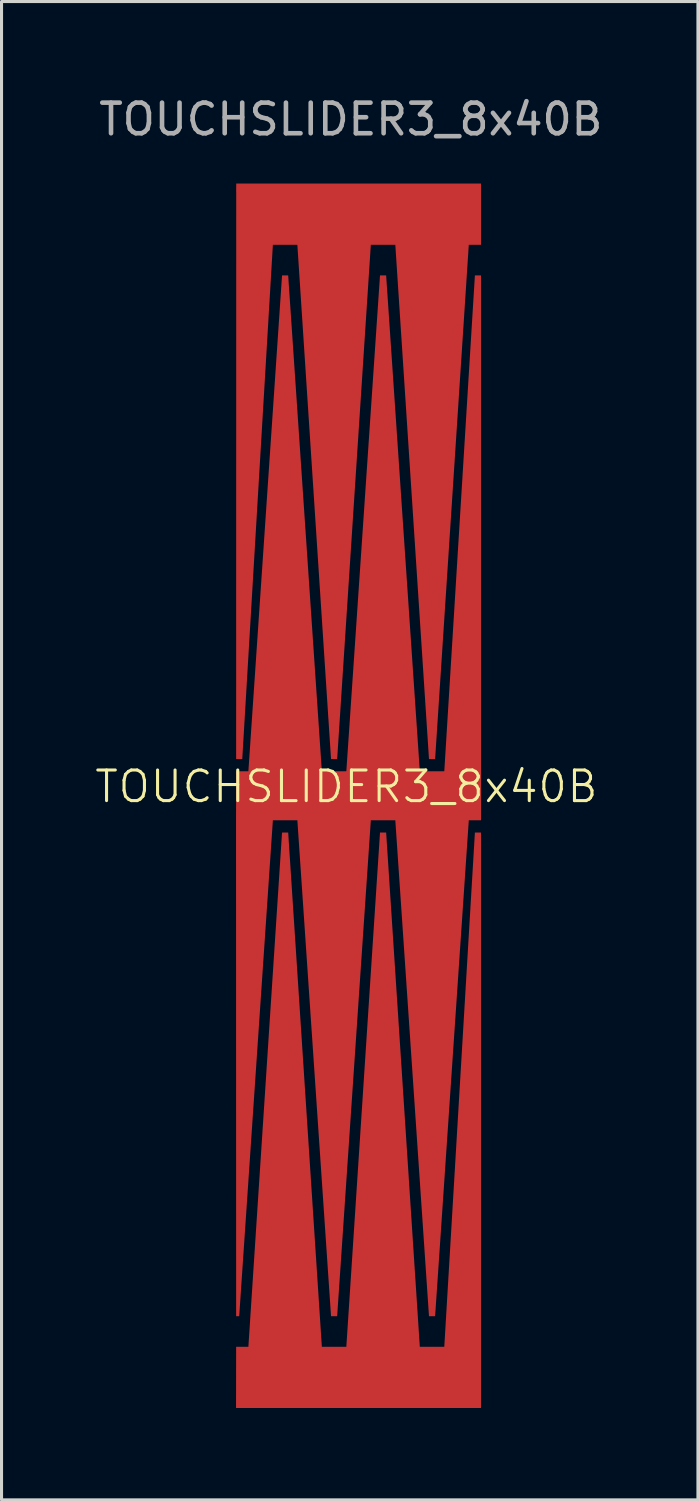
<source format=kicad_pcb>
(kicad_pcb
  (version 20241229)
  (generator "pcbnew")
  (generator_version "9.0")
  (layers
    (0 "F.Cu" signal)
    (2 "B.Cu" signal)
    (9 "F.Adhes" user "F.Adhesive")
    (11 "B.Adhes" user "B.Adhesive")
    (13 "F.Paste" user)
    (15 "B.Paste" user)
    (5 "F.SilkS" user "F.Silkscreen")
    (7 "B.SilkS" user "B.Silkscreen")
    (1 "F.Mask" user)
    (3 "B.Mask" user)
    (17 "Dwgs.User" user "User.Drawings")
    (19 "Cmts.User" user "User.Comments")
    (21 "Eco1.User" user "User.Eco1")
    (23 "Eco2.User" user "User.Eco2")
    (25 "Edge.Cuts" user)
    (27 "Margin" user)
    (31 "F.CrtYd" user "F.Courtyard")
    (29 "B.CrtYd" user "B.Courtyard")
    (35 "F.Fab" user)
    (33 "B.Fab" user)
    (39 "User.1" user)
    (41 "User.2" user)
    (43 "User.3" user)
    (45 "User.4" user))
  (footprint "TOUCHSLIDER3_8x40B"
    (layer "F.Cu")
    (at 8.664 22.946)
    (property "Reference" "TOUCHSLIDER3_8x40B" (at -0.4 -0.3 0) (unlocked yes) (layer "F.SilkS") (effects (font (size 1 1) (thickness 0.1))))
    (attr smd)
    (fp_text user "${REFERENCE}" (at -0.254 -22.098 0) (unlocked yes) (layer "F.Fab") (effects (font (size 1 1) (thickness 0.15))))
    (pad "A" smd custom (at -3.797 -19.8) (size 0.403 0.203) (layers "F.Cu") (options (anchor rect)) (primitives (gr_poly (pts (xy 7.797 1.8) (xy 7.397 1.8) (xy 6.297 18.6) (xy 6.097 18.6) (xy 4.997 1.8) (xy 4.197 1.8) (xy 3.097 18.6) (xy 2.897 18.6) (xy 1.797 1.8) (xy 0.997 1.8) (xy -0.003 18.6) (xy -0.203 18.6) (xy -0.2 -0.2) (xy 7.797 -0.2)) (width 0) (fill yes))))
    (pad "B" smd custom (at -3.8 0) (size 0.406 0.203) (layers "F.Cu") (options (anchor rect)) (primitives (gr_poly (pts (xy 7.8 -17) (xy 7.8 -0.6) (xy 7.8 0.8) (xy 7.4 0.8) (xy 6.3 17) (xy 6.1 17) (xy 5 0.8) (xy 4.2 0.8) (xy 3.1 17) (xy 2.9 17) (xy 1.8 0.8) (xy 1 0.8) (xy -0.1 17) (xy -0.2 17) (xy -0.203 0.8) (xy -0.2 -0.8) (xy 0.2 -0.8) (xy 1.3 -17) (xy 1.5 -17) (xy 2.6 -0.8) (xy 3.4 -0.8) (xy 4.5 -17) (xy 4.7 -17) (xy 5.8 -0.8) (xy 6.6 -0.8) (xy 7.6 -17)) (width 0) (fill yes))))
    (pad "C" smd custom (at -2.8 19.8 180) (size 0.406 0.203) (layers "F.Cu") (options (anchor rect)) (primitives (gr_poly (pts (xy -4.8 1.8) (xy -5.6 1.8) (xy -6.6 18.6) (xy -6.8 18.6) (xy -6.8 -0.2) (xy 1.203 -0.2) (xy 1.2 1.8) (xy 0.8 1.8) (xy -0.3 18.6) (xy -0.5 18.6) (xy -1.6 1.8) (xy -2.4 1.8) (xy -3.5 18.6) (xy -3.7 18.6)) (width 0) (fill yes)))))
  (gr_rect
    (start -3 -3)
    (end 19.75 45.946)
    (stroke (width 0.1) (type default))
    (fill no)
    (layer "Edge.Cuts")))
</source>
